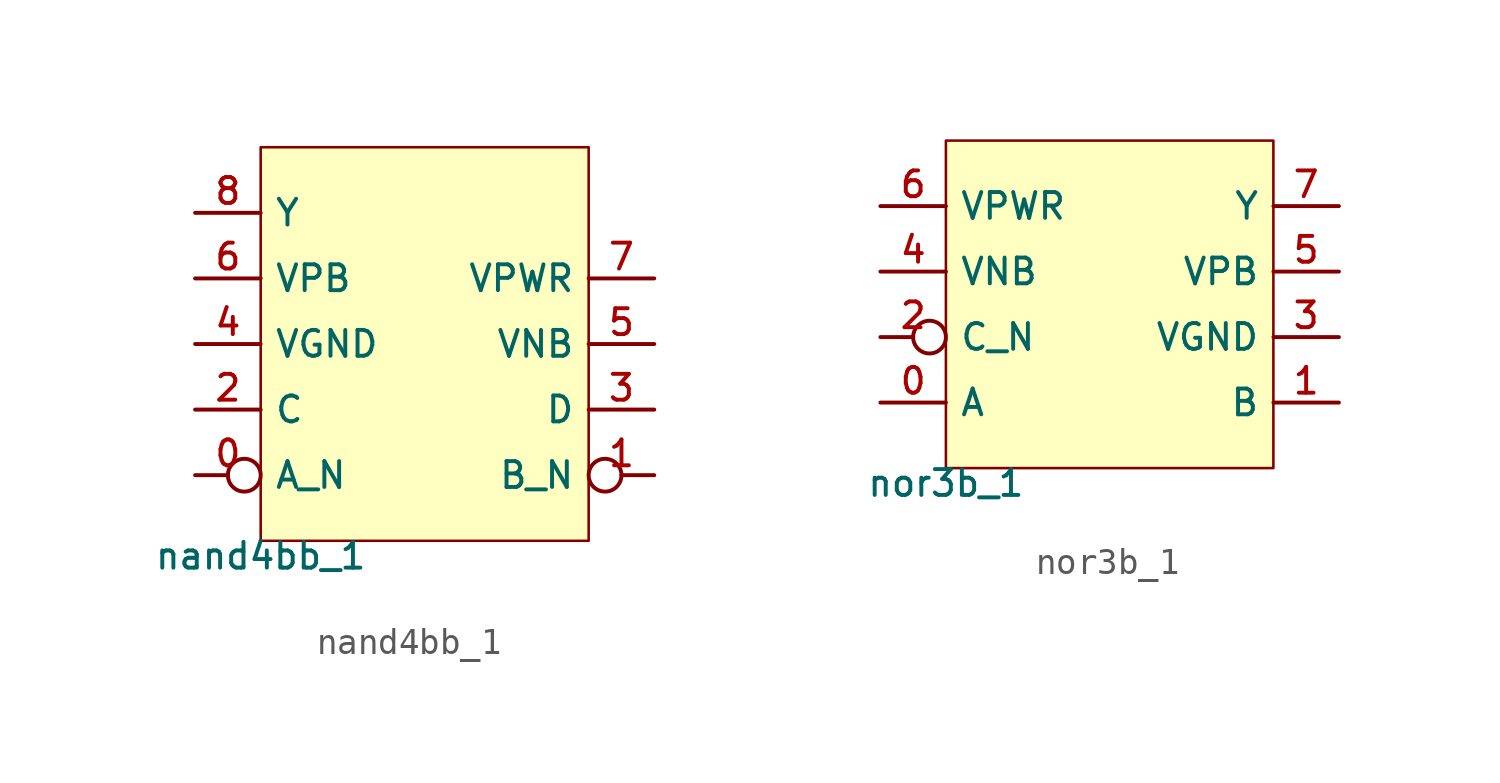
<source format=kicad_sym>
(kicad_symbol_lib
  (version 20211014)
  (generator pdk2kicad)
  (symbol "nand4bb_1"
    (property "Reference" "X"
      (at 0 0 0)
      (effects (font (size 1 1)) hide))
    (property "Value" "nand4bb_1"
      (at -6.35 -7.62 0)
      (effects (font (size 1 1)) (justify top)))
    (rectangle
      (start -6.35 -7.62)
      (end 6.35 7.62)
      (stroke (width 0.1) (type solid) (color 0 0 0 0))
      (fill (type background)))
    (pin bidirectional inverted
      (at -8.89 -5.08 0)
      (length 2.54)
      (name "A_N" (effects (font (size 1 1)) hide))
      (number "0" (effects (font (size 1 1)) hide)))
    (pin bidirectional inverted
      (at 8.89 -5.08 180)
      (length 2.54)
      (name "B_N" (effects (font (size 1 1)) hide))
      (number "1" (effects (font (size 1 1)) hide)))
    (pin bidirectional line
      (at -8.89 -2.54 0)
      (length 2.54)
      (name "C" (effects (font (size 1 1)) hide))
      (number "2" (effects (font (size 1 1)) hide)))
    (pin bidirectional line
      (at 8.89 -2.54 180)
      (length 2.54)
      (name "D" (effects (font (size 1 1)) hide))
      (number "3" (effects (font (size 1 1)) hide)))
    (pin bidirectional line
      (at -8.89 8.881784197001252e-16 0)
      (length 2.54)
      (name "VGND" (effects (font (size 1 1)) hide))
      (number "4" (effects (font (size 1 1)) hide)))
    (pin bidirectional line
      (at 8.89 8.881784197001252e-16 180)
      (length 2.54)
      (name "VNB" (effects (font (size 1 1)) hide))
      (number "5" (effects (font (size 1 1)) hide)))
    (pin bidirectional line
      (at -8.89 2.54 0)
      (length 2.54)
      (name "VPB" (effects (font (size 1 1)) hide))
      (number "6" (effects (font (size 1 1)) hide)))
    (pin bidirectional line
      (at 8.89 2.54 180)
      (length 2.54)
      (name "VPWR" (effects (font (size 1 1)) hide))
      (number "7" (effects (font (size 1 1)) hide)))
    (pin bidirectional line
      (at -8.89 5.08 0)
      (length 2.54)
      (name "Y" (effects (font (size 1 1)) hide))
      (number "8" (effects (font (size 1 1)) hide))))
  (symbol "nor3b_1"
    (property "Reference" "X"
      (at 0 0 0)
      (effects (font (size 1 1)) hide))
    (property "Value" "nor3b_1"
      (at -6.35 -6.35 0)
      (effects (font (size 1 1)) (justify top)))
    (rectangle
      (start -6.35 -6.35)
      (end 6.35 6.35)
      (stroke (width 0.1) (type solid) (color 0 0 0 0))
      (fill (type background)))
    (pin bidirectional line
      (at -8.89 -3.81 0)
      (length 2.54)
      (name "A" (effects (font (size 1 1)) hide))
      (number "0" (effects (font (size 1 1)) hide)))
    (pin bidirectional line
      (at 8.89 -3.81 180)
      (length 2.54)
      (name "B" (effects (font (size 1 1)) hide))
      (number "1" (effects (font (size 1 1)) hide)))
    (pin bidirectional inverted
      (at -8.89 -1.27 0)
      (length 2.54)
      (name "C_N" (effects (font (size 1 1)) hide))
      (number "2" (effects (font (size 1 1)) hide)))
    (pin bidirectional line
      (at 8.89 -1.27 180)
      (length 2.54)
      (name "VGND" (effects (font (size 1 1)) hide))
      (number "3" (effects (font (size 1 1)) hide)))
    (pin bidirectional line
      (at -8.89 1.27 0)
      (length 2.54)
      (name "VNB" (effects (font (size 1 1)) hide))
      (number "4" (effects (font (size 1 1)) hide)))
    (pin bidirectional line
      (at 8.89 1.27 180)
      (length 2.54)
      (name "VPB" (effects (font (size 1 1)) hide))
      (number "5" (effects (font (size 1 1)) hide)))
    (pin bidirectional line
      (at -8.89 3.81 0)
      (length 2.54)
      (name "VPWR" (effects (font (size 1 1)) hide))
      (number "6" (effects (font (size 1 1)) hide)))
    (pin bidirectional line
      (at 8.89 3.81 180)
      (length 2.54)
      (name "Y" (effects (font (size 1 1)) hide))
      (number "7" (effects (font (size 1 1)) hide)))))
</source>
